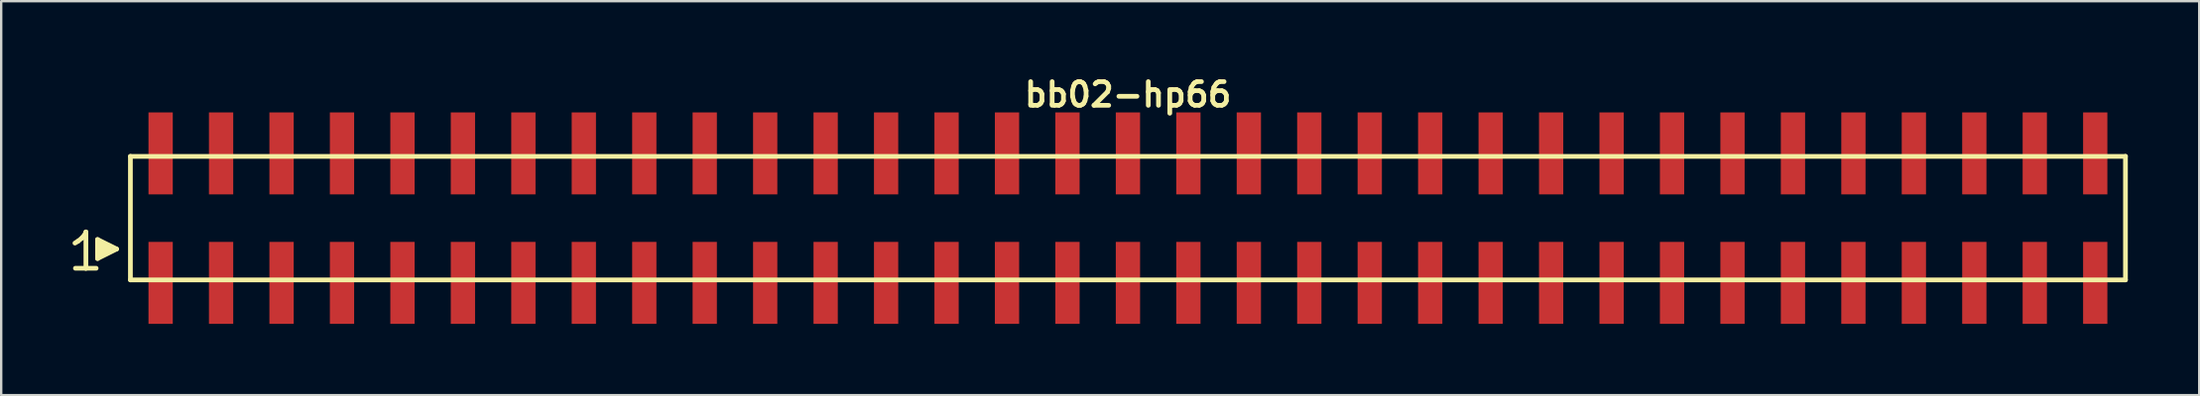
<source format=kicad_pcb>
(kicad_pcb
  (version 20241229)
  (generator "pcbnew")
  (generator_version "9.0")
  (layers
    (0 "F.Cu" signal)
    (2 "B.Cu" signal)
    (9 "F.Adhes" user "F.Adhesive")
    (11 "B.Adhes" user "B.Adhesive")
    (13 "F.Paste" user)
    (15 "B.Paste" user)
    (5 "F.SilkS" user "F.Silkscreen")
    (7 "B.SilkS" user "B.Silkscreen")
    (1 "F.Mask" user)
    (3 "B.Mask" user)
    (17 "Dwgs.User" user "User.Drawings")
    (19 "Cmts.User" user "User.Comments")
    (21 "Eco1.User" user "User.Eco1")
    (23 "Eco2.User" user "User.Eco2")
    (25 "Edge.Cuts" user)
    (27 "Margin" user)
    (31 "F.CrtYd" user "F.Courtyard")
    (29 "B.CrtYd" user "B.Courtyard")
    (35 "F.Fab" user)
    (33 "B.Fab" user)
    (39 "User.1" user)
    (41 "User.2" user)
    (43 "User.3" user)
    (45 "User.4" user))
  (footprint "bb02-hp66"
    (layer "F.Cu")
    (at 44.339 6.132)
    (property "Reference" "bb02-hp66" (at 0 -5.2 0) (layer "F.SilkS") (effects (font (size 0.998 0.998) (thickness 0.198))))
    (attr smd)
    (fp_line (start -44.24 1.05) (end -44.11 0.97) (stroke (width 0.198) (type solid)) (layer "F.SilkS"))
    (fp_line (start -44.11 0.97) (end -43.95 0.84) (stroke (width 0.198) (type solid)) (layer "F.SilkS"))
    (fp_line (start -43.95 0.84) (end -43.81 0.67) (stroke (width 0.198) (type solid)) (layer "F.SilkS"))
    (fp_line (start -43.81 0.67) (end -43.78 0.58) (stroke (width 0.198) (type solid)) (layer "F.SilkS"))
    (fp_line (start -43.78 0.58) (end -43.78 2.11) (stroke (width 0.198) (type solid)) (layer "F.SilkS"))
    (fp_line (start -43.78 2.11) (end -44.22 2.11) (stroke (width 0.198) (type solid)) (layer "F.SilkS"))
    (fp_line (start -43.35 2.11) (end -43.79 2.11) (stroke (width 0.198) (type solid)) (layer "F.SilkS"))
    (fp_line (start -43.29 0.9) (end -42.49 1.3) (stroke (width 0.198) (type solid)) (layer "F.SilkS"))
    (fp_line (start -43.29 1.7) (end -43.29 0.9) (stroke (width 0.198) (type solid)) (layer "F.SilkS"))
    (fp_line (start -43.19 1.6) (end -43.19 1) (stroke (width 0.198) (type solid)) (layer "F.SilkS"))
    (fp_line (start -43.09 1.1) (end -43.09 1.5) (stroke (width 0.198) (type solid)) (layer "F.SilkS"))
    (fp_line (start -42.99 1.5) (end -42.99 1.1) (stroke (width 0.198) (type solid)) (layer "F.SilkS"))
    (fp_line (start -42.89 1.2) (end -42.89 1.4) (stroke (width 0.198) (type solid)) (layer "F.SilkS"))
    (fp_line (start -42.79 1.4) (end -42.79 1.2) (stroke (width 0.198) (type solid)) (layer "F.SilkS"))
    (fp_line (start -42.49 1.3) (end -43.29 1.7) (stroke (width 0.198) (type solid)) (layer "F.SilkS"))
    (fp_line (start -41.91 -2.6) (end -41.91 2.6) (stroke (width 0.198) (type solid)) (layer "F.SilkS"))
    (fp_line (start -41.91 -2.6) (end 41.91 -2.6) (stroke (width 0.198) (type solid)) (layer "F.SilkS"))
    (fp_line (start 41.91 2.6) (end -41.91 2.6) (stroke (width 0.198) (type solid)) (layer "F.SilkS"))
    (fp_line (start 41.91 2.6) (end 41.91 -2.6) (stroke (width 0.198) (type solid)) (layer "F.SilkS"))
    (pad "1" smd rect (at -40.64 2.725) (size 1.02 3.45) (layers "F.Cu" "F.Mask" "F.Paste"))
    (pad "2" smd rect (at -40.64 -2.725) (size 1.02 3.45) (layers "F.Cu" "F.Mask" "F.Paste"))
    (pad "3" smd rect (at -38.1 2.725) (size 1.02 3.45) (layers "F.Cu" "F.Mask" "F.Paste"))
    (pad "4" smd rect (at -38.1 -2.725) (size 1.02 3.45) (layers "F.Cu" "F.Mask" "F.Paste"))
    (pad "5" smd rect (at -35.56 2.725) (size 1.02 3.45) (layers "F.Cu" "F.Mask" "F.Paste"))
    (pad "6" smd rect (at -35.56 -2.725) (size 1.02 3.45) (layers "F.Cu" "F.Mask" "F.Paste"))
    (pad "7" smd rect (at -33.02 2.725) (size 1.02 3.45) (layers "F.Cu" "F.Mask" "F.Paste"))
    (pad "8" smd rect (at -33.02 -2.725) (size 1.02 3.45) (layers "F.Cu" "F.Mask" "F.Paste"))
    (pad "9" smd rect (at -30.48 2.725) (size 1.02 3.45) (layers "F.Cu" "F.Mask" "F.Paste"))
    (pad "10" smd rect (at -30.48 -2.725) (size 1.02 3.45) (layers "F.Cu" "F.Mask" "F.Paste"))
    (pad "11" smd rect (at -27.94 2.725) (size 1.02 3.45) (layers "F.Cu" "F.Mask" "F.Paste"))
    (pad "12" smd rect (at -27.94 -2.725) (size 1.02 3.45) (layers "F.Cu" "F.Mask" "F.Paste"))
    (pad "13" smd rect (at -25.4 2.725) (size 1.02 3.45) (layers "F.Cu" "F.Mask" "F.Paste"))
    (pad "14" smd rect (at -25.4 -2.725) (size 1.02 3.45) (layers "F.Cu" "F.Mask" "F.Paste"))
    (pad "15" smd rect (at -22.86 2.725) (size 1.02 3.45) (layers "F.Cu" "F.Mask" "F.Paste"))
    (pad "16" smd rect (at -22.86 -2.725) (size 1.02 3.45) (layers "F.Cu" "F.Mask" "F.Paste"))
    (pad "17" smd rect (at -20.32 2.725) (size 1.02 3.45) (layers "F.Cu" "F.Mask" "F.Paste"))
    (pad "18" smd rect (at -20.32 -2.725) (size 1.02 3.45) (layers "F.Cu" "F.Mask" "F.Paste"))
    (pad "19" smd rect (at -17.78 2.725) (size 1.02 3.45) (layers "F.Cu" "F.Mask" "F.Paste"))
    (pad "20" smd rect (at -17.78 -2.725) (size 1.02 3.45) (layers "F.Cu" "F.Mask" "F.Paste"))
    (pad "21" smd rect (at -15.24 2.725) (size 1.02 3.45) (layers "F.Cu" "F.Mask" "F.Paste"))
    (pad "22" smd rect (at -15.24 -2.725) (size 1.02 3.45) (layers "F.Cu" "F.Mask" "F.Paste"))
    (pad "23" smd rect (at -12.7 2.725) (size 1.02 3.45) (layers "F.Cu" "F.Mask" "F.Paste"))
    (pad "24" smd rect (at -12.7 -2.725) (size 1.02 3.45) (layers "F.Cu" "F.Mask" "F.Paste"))
    (pad "25" smd rect (at -10.16 2.725) (size 1.02 3.45) (layers "F.Cu" "F.Mask" "F.Paste"))
    (pad "26" smd rect (at -10.16 -2.725) (size 1.02 3.45) (layers "F.Cu" "F.Mask" "F.Paste"))
    (pad "27" smd rect (at -7.62 2.725) (size 1.02 3.45) (layers "F.Cu" "F.Mask" "F.Paste"))
    (pad "28" smd rect (at -7.62 -2.725) (size 1.02 3.45) (layers "F.Cu" "F.Mask" "F.Paste"))
    (pad "29" smd rect (at -5.08 2.725) (size 1.02 3.45) (layers "F.Cu" "F.Mask" "F.Paste"))
    (pad "30" smd rect (at -5.08 -2.725) (size 1.02 3.45) (layers "F.Cu" "F.Mask" "F.Paste"))
    (pad "31" smd rect (at -2.54 2.725) (size 1.02 3.45) (layers "F.Cu" "F.Mask" "F.Paste"))
    (pad "32" smd rect (at -2.54 -2.725) (size 1.02 3.45) (layers "F.Cu" "F.Mask" "F.Paste"))
    (pad "33" smd rect (at 0 2.725) (size 1.02 3.45) (layers "F.Cu" "F.Mask" "F.Paste"))
    (pad "34" smd rect (at 0 -2.725) (size 1.02 3.45) (layers "F.Cu" "F.Mask" "F.Paste"))
    (pad "35" smd rect (at 2.54 2.725) (size 1.02 3.45) (layers "F.Cu" "F.Mask" "F.Paste"))
    (pad "36" smd rect (at 2.54 -2.725) (size 1.02 3.45) (layers "F.Cu" "F.Mask" "F.Paste"))
    (pad "37" smd rect (at 5.08 2.725) (size 1.02 3.45) (layers "F.Cu" "F.Mask" "F.Paste"))
    (pad "38" smd rect (at 5.08 -2.725) (size 1.02 3.45) (layers "F.Cu" "F.Mask" "F.Paste"))
    (pad "39" smd rect (at 7.62 2.725) (size 1.02 3.45) (layers "F.Cu" "F.Mask" "F.Paste"))
    (pad "40" smd rect (at 7.62 -2.725) (size 1.02 3.45) (layers "F.Cu" "F.Mask" "F.Paste"))
    (pad "41" smd rect (at 10.16 2.725) (size 1.02 3.45) (layers "F.Cu" "F.Mask" "F.Paste"))
    (pad "42" smd rect (at 10.16 -2.725) (size 1.02 3.45) (layers "F.Cu" "F.Mask" "F.Paste"))
    (pad "43" smd rect (at 12.7 2.725) (size 1.02 3.45) (layers "F.Cu" "F.Mask" "F.Paste"))
    (pad "44" smd rect (at 12.7 -2.725) (size 1.02 3.45) (layers "F.Cu" "F.Mask" "F.Paste"))
    (pad "45" smd rect (at 15.24 2.725) (size 1.02 3.45) (layers "F.Cu" "F.Mask" "F.Paste"))
    (pad "46" smd rect (at 15.24 -2.725) (size 1.02 3.45) (layers "F.Cu" "F.Mask" "F.Paste"))
    (pad "47" smd rect (at 17.78 2.725) (size 1.02 3.45) (layers "F.Cu" "F.Mask" "F.Paste"))
    (pad "48" smd rect (at 17.78 -2.725) (size 1.02 3.45) (layers "F.Cu" "F.Mask" "F.Paste"))
    (pad "49" smd rect (at 20.32 2.725) (size 1.02 3.45) (layers "F.Cu" "F.Mask" "F.Paste"))
    (pad "50" smd rect (at 20.32 -2.725) (size 1.02 3.45) (layers "F.Cu" "F.Mask" "F.Paste"))
    (pad "51" smd rect (at 22.86 2.725) (size 1.02 3.45) (layers "F.Cu" "F.Mask" "F.Paste"))
    (pad "52" smd rect (at 22.86 -2.725) (size 1.02 3.45) (layers "F.Cu" "F.Mask" "F.Paste"))
    (pad "53" smd rect (at 25.4 2.725) (size 1.02 3.45) (layers "F.Cu" "F.Mask" "F.Paste"))
    (pad "54" smd rect (at 25.4 -2.725) (size 1.02 3.45) (layers "F.Cu" "F.Mask" "F.Paste"))
    (pad "55" smd rect (at 27.94 2.725) (size 1.02 3.45) (layers "F.Cu" "F.Mask" "F.Paste"))
    (pad "56" smd rect (at 27.94 -2.725) (size 1.02 3.45) (layers "F.Cu" "F.Mask" "F.Paste"))
    (pad "57" smd rect (at 30.48 2.725) (size 1.02 3.45) (layers "F.Cu" "F.Mask" "F.Paste"))
    (pad "58" smd rect (at 30.48 -2.725) (size 1.02 3.45) (layers "F.Cu" "F.Mask" "F.Paste"))
    (pad "59" smd rect (at 33.02 2.725) (size 1.02 3.45) (layers "F.Cu" "F.Mask" "F.Paste"))
    (pad "60" smd rect (at 33.02 -2.725) (size 1.02 3.45) (layers "F.Cu" "F.Mask" "F.Paste"))
    (pad "61" smd rect (at 35.56 2.725) (size 1.02 3.45) (layers "F.Cu" "F.Mask" "F.Paste"))
    (pad "62" smd rect (at 35.56 -2.725) (size 1.02 3.45) (layers "F.Cu" "F.Mask" "F.Paste"))
    (pad "63" smd rect (at 38.1 2.725) (size 1.02 3.45) (layers "F.Cu" "F.Mask" "F.Paste"))
    (pad "64" smd rect (at 38.1 -2.725) (size 1.02 3.45) (layers "F.Cu" "F.Mask" "F.Paste"))
    (pad "65" smd rect (at 40.64 2.725) (size 1.02 3.45) (layers "F.Cu" "F.Mask" "F.Paste"))
    (pad "66" smd rect (at 40.64 -2.725) (size 1.02 3.45) (layers "F.Cu" "F.Mask" "F.Paste")))
  (gr_rect
    (start -3 -3)
    (end 89.348 13.582)
    (stroke (width 0.1) (type default))
    (fill no)
    (layer "Edge.Cuts")))
</source>
